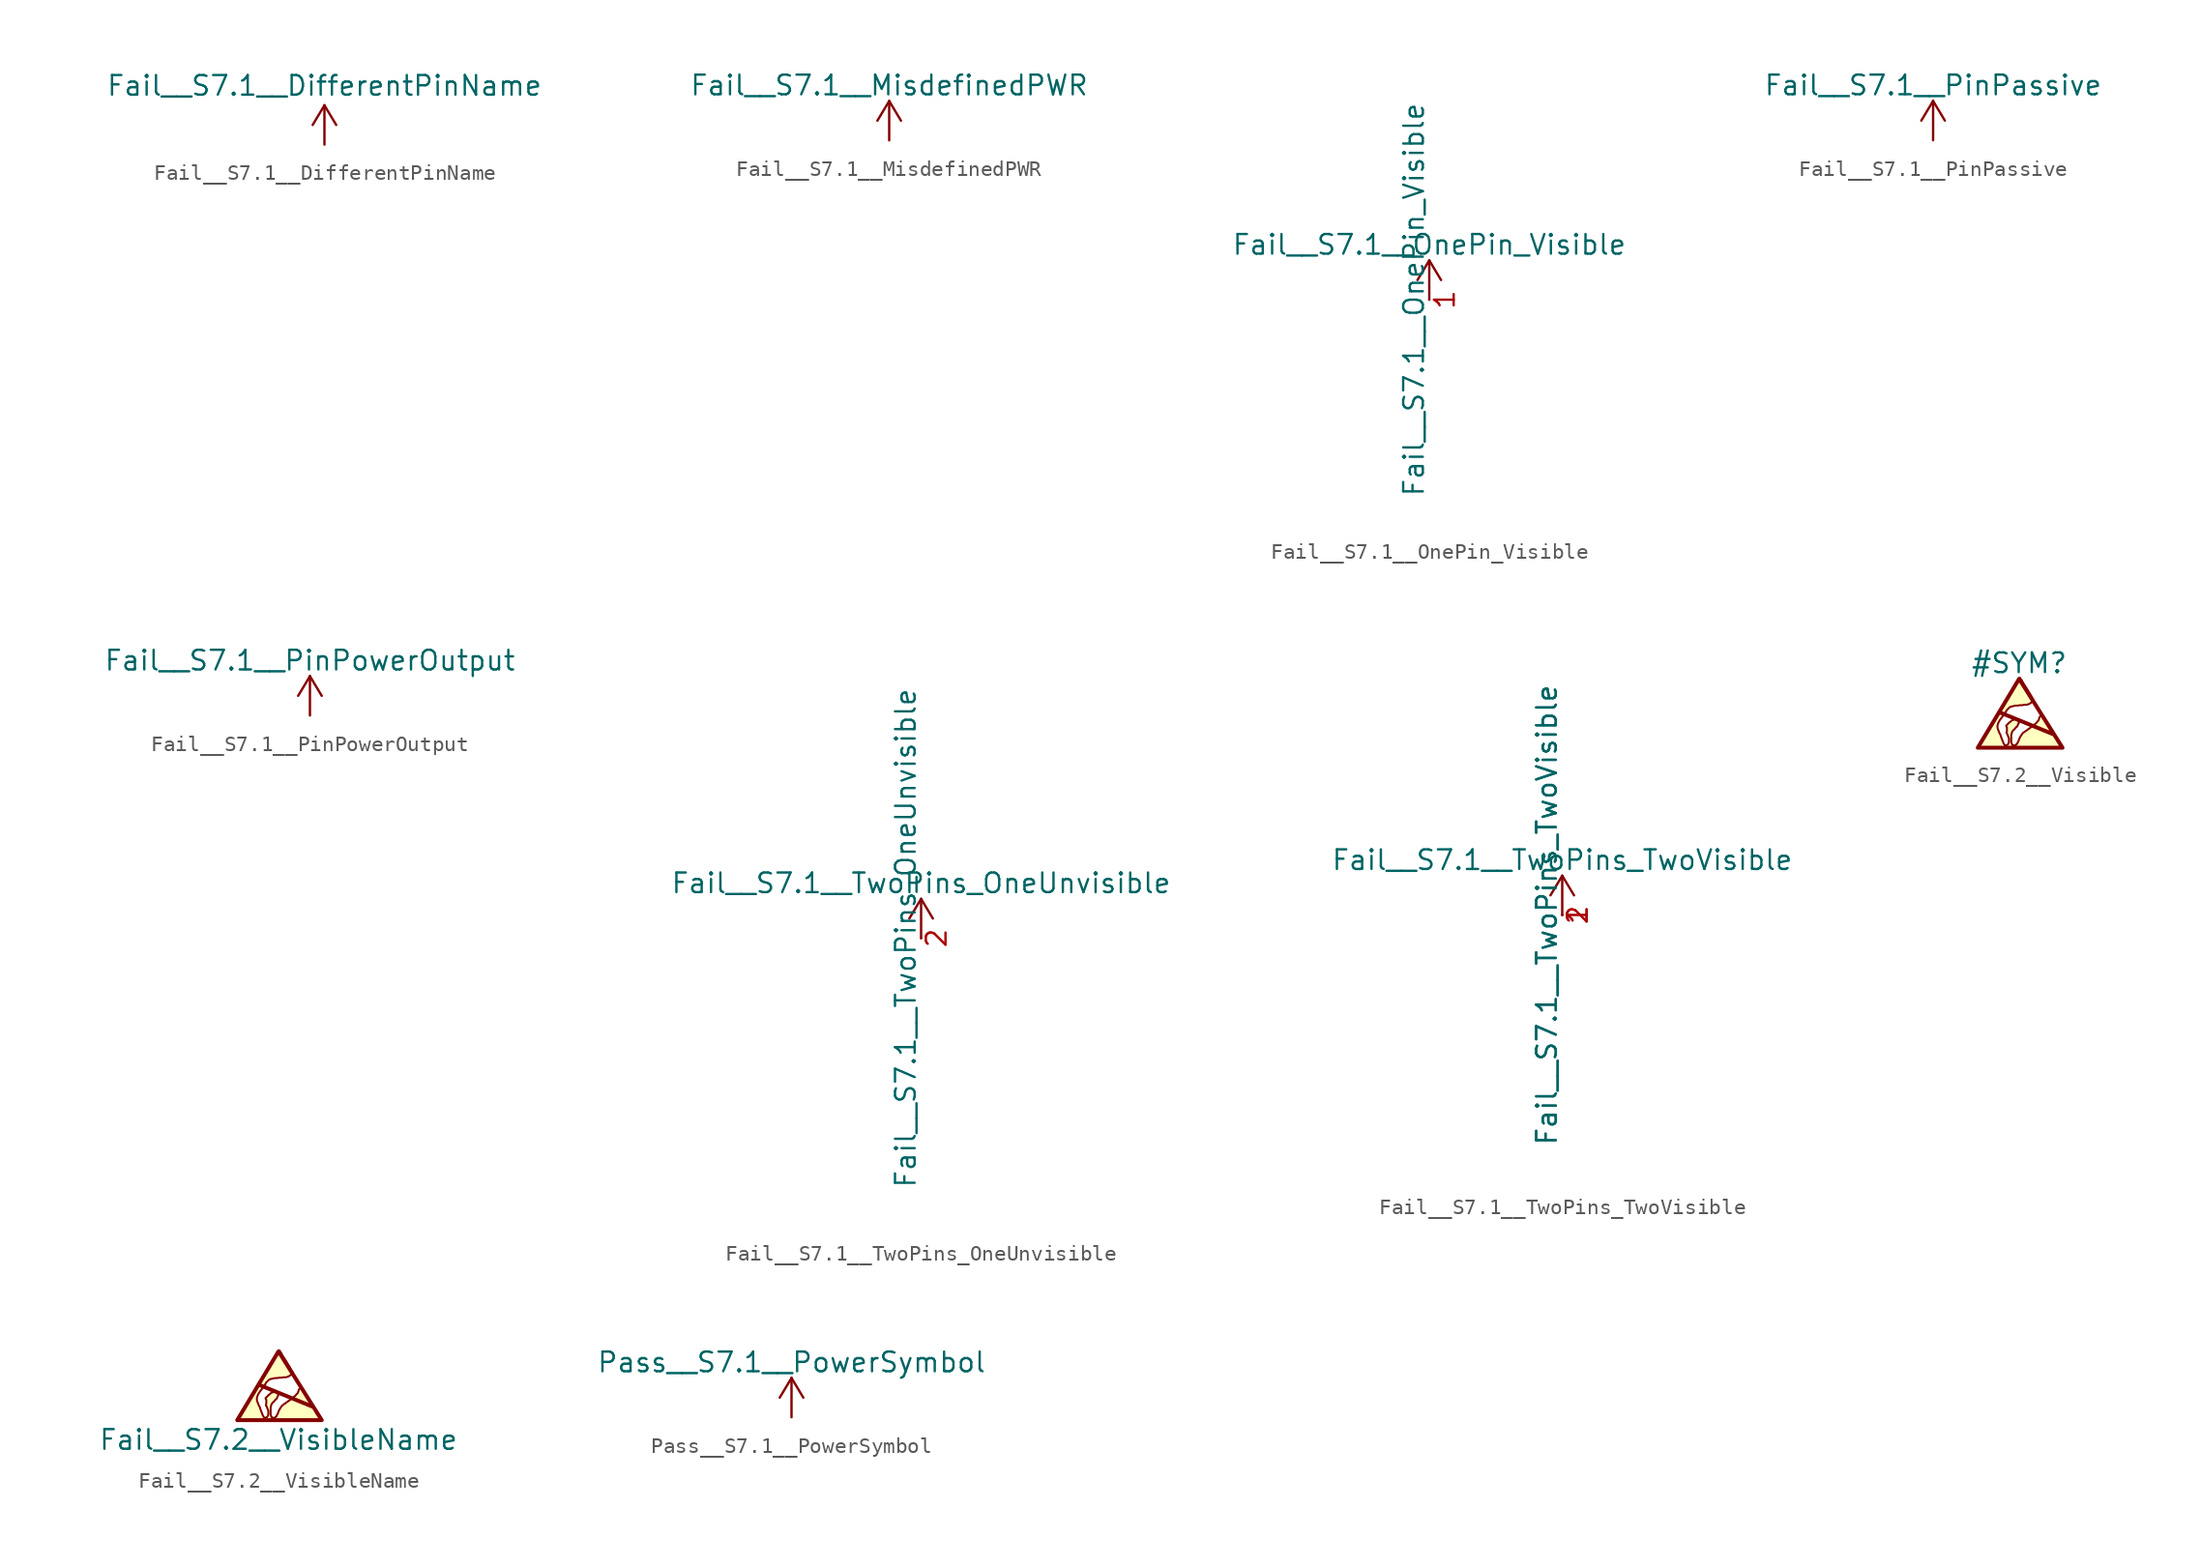
<source format=kicad_sym>
(kicad_symbol_lib
  (version 20231120)
  (generator "kicad_symbol_editor")
  (generator_version "8.0")
  (symbol "Fail__S7.1__DifferentPinName"
    (power)
    (pin_names
      (offset 0))
    (property "Reference" "#PWR"
      (at 0 -3.81 0)
      (effects (font (size 1.27 1.27)) (hide yes)))
    (property "Value" "Fail__S7.1__DifferentPinName"
      (at 0 3.81 0)
      (effects (font (size 1.27 1.27))))
    (symbol "Fail__S7.1__DifferentPinName_0_1"
      (polyline (pts (xy -0.762 1.27) (xy 0 2.54)) (stroke (width 0) (type default)) (fill (type none)))
      (polyline (pts (xy 0 0) (xy 0 2.54)) (stroke (width 0) (type default)) (fill (type none)))
      (polyline (pts (xy 0 2.54) (xy 0.762 1.27)) (stroke (width 0) (type default)) (fill (type none))))
    (symbol "Fail__S7.1__DifferentPinName_1_1"
      (pin power_in line (at 0 0 90) (length 0) hide (name "Fail__S7.1__DifferentName" (effects (font (size 1.27 1.27)))) (number "1" (effects (font (size 1.27 1.27)))))))
  (symbol "Fail__S7.1__MisdefinedPWR"
    (power)
    (pin_names
      (offset 0))
    (property "Reference" "#PWRR"
      (at 0 -3.81 0)
      (effects (font (size 1.27 1.27)) (hide yes)))
    (property "Value" "Fail__S7.1__MisdefinedPWR"
      (at 0 3.556 0)
      (effects (font (size 1.27 1.27))))
    (symbol "Fail__S7.1__MisdefinedPWR_0_1"
      (polyline (pts (xy -0.762 1.27) (xy 0 2.54)) (stroke (width 0) (type default)) (fill (type none)))
      (polyline (pts (xy 0 0) (xy 0 2.54)) (stroke (width 0) (type default)) (fill (type none)))
      (polyline (pts (xy 0 2.54) (xy 0.762 1.27)) (stroke (width 0) (type default)) (fill (type none))))
    (symbol "Fail__S7.1__MisdefinedPWR_1_1"
      (pin power_in line (at 0 0 90) (length 0) hide (name "Fail__S7.1__MisdefinedPWR" (effects (font (size 1.27 1.27)))) (number "1" (effects (font (size 1.27 1.27)))))))
  (symbol "Fail__S7.1__OnePin_Visible"
    (power)
    (pin_names
      (offset 0))
    (property "Reference" "#PWR"
      (at 0 -3.81 0)
      (effects (font (size 1.27 1.27)) (hide yes)))
    (property "Value" "Fail__S7.1__OnePin_Visible"
      (at 0 3.556 0)
      (effects (font (size 1.27 1.27))))
    (symbol "Fail__S7.1__OnePin_Visible_0_1"
      (polyline (pts (xy -0.762 1.27) (xy 0 2.54)) (stroke (width 0) (type default)) (fill (type none)))
      (polyline (pts (xy 0 0) (xy 0 2.54)) (stroke (width 0) (type default)) (fill (type none)))
      (polyline (pts (xy 0 2.54) (xy 0.762 1.27)) (stroke (width 0) (type default)) (fill (type none))))
    (symbol "Fail__S7.1__OnePin_Visible_1_1"
      (pin power_in line (at 0 0 90) (length 0) (name "Fail__S7.1__OnePin_Visible" (effects (font (size 1.27 1.27)))) (number "1" (effects (font (size 1.27 1.27)))))))
  (symbol "Fail__S7.1__PinPassive"
    (power)
    (pin_names
      (offset 0))
    (property "Reference" "#PWR"
      (at 0 -3.81 0)
      (effects (font (size 1.27 1.27)) (hide yes)))
    (property "Value" "Fail__S7.1__PinPassive"
      (at 0 3.556 0)
      (effects (font (size 1.27 1.27))))
    (symbol "Fail__S7.1__PinPassive_0_1"
      (polyline (pts (xy -0.762 1.27) (xy 0 2.54)) (stroke (width 0) (type default)) (fill (type none)))
      (polyline (pts (xy 0 0) (xy 0 2.54)) (stroke (width 0) (type default)) (fill (type none)))
      (polyline (pts (xy 0 2.54) (xy 0.762 1.27)) (stroke (width 0) (type default)) (fill (type none))))
    (symbol "Fail__S7.1__PinPassive_1_1"
      (pin passive line (at 0 0 90) (length 0) hide (name "Fail__S7.1__PinPassive" (effects (font (size 1.27 1.27)))) (number "1" (effects (font (size 1.27 1.27)))))))
  (symbol "Fail__S7.1__PinPowerOutput"
    (power)
    (pin_names
      (offset 0))
    (property "Reference" "#PWR"
      (at 0 -3.81 0)
      (effects (font (size 1.27 1.27)) (hide yes)))
    (property "Value" "Fail__S7.1__PinPowerOutput"
      (at 0 3.556 0)
      (effects (font (size 1.27 1.27))))
    (symbol "Fail__S7.1__PinPowerOutput_0_1"
      (polyline (pts (xy -0.762 1.27) (xy 0 2.54)) (stroke (width 0) (type default)) (fill (type none)))
      (polyline (pts (xy 0 0) (xy 0 2.54)) (stroke (width 0) (type default)) (fill (type none)))
      (polyline (pts (xy 0 2.54) (xy 0.762 1.27)) (stroke (width 0) (type default)) (fill (type none))))
    (symbol "Fail__S7.1__PinPowerOutput_1_1"
      (pin power_out line (at 0 0 90) (length 0) hide (name "Fail__S7.1__PinPowerOutput" (effects (font (size 1.27 1.27)))) (number "1" (effects (font (size 1.27 1.27)))))))
  (symbol "Fail__S7.1__TwoPins_OneUnvisible"
    (power)
    (pin_names
      (offset 0))
    (property "Reference" "#PWR"
      (at 0 -3.81 0)
      (effects (font (size 1.27 1.27)) (hide yes)))
    (property "Value" "Fail__S7.1__TwoPins_OneUnvisible"
      (at 0 3.556 0)
      (effects (font (size 1.27 1.27))))
    (symbol "Fail__S7.1__TwoPins_OneUnvisible_0_1"
      (polyline (pts (xy -0.762 1.27) (xy 0 2.54)) (stroke (width 0) (type default)) (fill (type none)))
      (polyline (pts (xy 0 0) (xy 0 2.54)) (stroke (width 0) (type default)) (fill (type none)))
      (polyline (pts (xy 0 2.54) (xy 0.762 1.27)) (stroke (width 0) (type default)) (fill (type none))))
    (symbol "Fail__S7.1__TwoPins_OneUnvisible_1_1"
      (pin power_in line (at 0 0 90) (length 0) hide (name "Fail__S7.1__TwoPins_OneUnvisible" (effects (font (size 1.27 1.27)))) (number "1" (effects (font (size 1.27 1.27)))))
      (pin power_in line (at 0 0 90) (length 0) (name "Fail__S7.1__TwoPins_OneUnvisible" (effects (font (size 1.27 1.27)))) (number "2" (effects (font (size 1.27 1.27)))))))
  (symbol "Fail__S7.1__TwoPins_TwoVisible"
    (power)
    (pin_names
      (offset 0))
    (property "Reference" "#PWR"
      (at 0 -3.81 0)
      (effects (font (size 1.27 1.27)) (hide yes)))
    (property "Value" "Fail__S7.1__TwoPins_TwoVisible"
      (at 0 3.556 0)
      (effects (font (size 1.27 1.27))))
    (symbol "Fail__S7.1__TwoPins_TwoVisible_0_1"
      (polyline (pts (xy -0.762 1.27) (xy 0 2.54)) (stroke (width 0) (type default)) (fill (type none)))
      (polyline (pts (xy 0 0) (xy 0 2.54)) (stroke (width 0) (type default)) (fill (type none)))
      (polyline (pts (xy 0 2.54) (xy 0.762 1.27)) (stroke (width 0) (type default)) (fill (type none))))
    (symbol "Fail__S7.1__TwoPins_TwoVisible_1_1"
      (pin power_in line (at 0 0 90) (length 0) (name "Fail__S7.1__TwoPins_TwoVisible" (effects (font (size 1.27 1.27)))) (number "1" (effects (font (size 1.27 1.27)))))
      (pin power_in line (at 0 0 90) (length 0) (name "Fail__S7.1__TwoPins_TwoVisible" (effects (font (size 1.27 1.27)))) (number "2" (effects (font (size 1.27 1.27)))))))
  (symbol "Fail__S7.2__Visible"
    (pin_names
      (offset 1.016))
    (property "Reference" "#SYM"
      (at 0 3.556 0)
      (effects (font (size 1.27 1.27))))
    (symbol "Fail__S7.2__Visible_0_0"
      (polyline (pts (xy -1.27 0.381) (xy 2.159 -1.016)) (stroke (width 0.254) (type default)) (fill (type none)))
      (polyline (pts (xy -2.667 -1.905) (xy 2.794 -1.905) (xy 0 2.54) (xy -2.667 -1.905)) (stroke (width 0.254) (type default)) (fill (type none)))
      (polyline (pts (xy 2.743 -1.905) (xy 2.718 -1.88) (xy 2.616 -1.676) (xy 2.565 -1.6) (xy 2.489 -1.499) (xy 2.438 -1.372) (xy 1.753 -0.229) (xy 1.702 -0.127) (xy 1.626 -0.051) (xy 1.6 0.051) (xy 1.549 0.102) (xy 1.499 0.203) (xy 1.473 0.229) (xy 1.473 0.203) (xy 1.448 0.203) (xy 1.321 0.076) (xy 1.295 0.025) (xy 1.295 -0.025) (xy 1.27 -0.076) (xy 1.245 -0.152) (xy 1.143 -0.254) (xy 1.092 -0.33) (xy 1.041 -0.356) (xy 0.914 -0.483) (xy 0.762 -0.584) (xy 0.66 -0.66) (xy 0.508 -0.762) (xy 0.457 -0.813) (xy 0.356 -0.864) (xy 0.305 -0.914) (xy 0.229 -0.965) (xy 0.076 -1.194) (xy 0.025 -1.295) (xy -0.025 -1.422) (xy -0.051 -1.499) (xy -0.102 -1.575) (xy -0.127 -1.651) (xy -0.178 -1.676) (xy -0.203 -1.727) (xy -0.254 -1.753) (xy -0.406 -1.753) (xy -0.406 -1.727) (xy -0.457 -1.702) (xy -0.483 -1.626) (xy -0.508 -1.524) (xy -0.508 -1.092) (xy -0.457 -0.889) (xy -0.406 -0.813) (xy -0.254 -0.66) (xy -0.203 -0.584) (xy -0.127 -0.533) (xy -0.102 -0.483) (xy -0.076 -0.406) (xy -0.051 -0.356) (xy -0.025 -0.33) (xy -0.025 -0.279) (xy 0 -0.229) (xy -0.076 -0.152) (xy -0.127 -0.127) (xy -0.152 -0.076) (xy -0.203 -0.051) (xy -0.229 -0.025) (xy -0.254 -0.025) (xy -0.305 -0.076) (xy -0.356 -0.102) (xy -0.432 -0.127) (xy -0.483 -0.152) (xy -0.559 -0.229) (xy -0.61 -0.254) (xy -0.838 -0.483) (xy -0.813 -0.559) (xy -0.787 -0.584) (xy -0.787 -0.864) (xy -0.813 -0.889) (xy -0.813 -0.965) (xy -0.762 -1.016) (xy -0.762 -1.041) (xy -0.66 -1.295) (xy -0.66 -1.575) (xy -0.686 -1.6) (xy -0.686 -1.626) (xy -0.737 -1.702) (xy -0.838 -1.753) (xy -0.914 -1.753) (xy -0.94 -1.727) (xy -0.965 -1.676) (xy -1.016 -1.6) (xy -1.041 -1.524) (xy -1.143 -1.27) (xy -1.219 -1.041) (xy -1.27 -0.965) (xy -1.295 -0.889) (xy -1.321 -0.838) (xy -1.321 -0.813) (xy -1.372 -0.711) (xy -1.397 -0.584) (xy -1.397 -0.483) (xy -1.372 -0.381) (xy -1.321 -0.254) (xy -1.295 -0.203) (xy -1.194 -0.051) (xy -1.041 0.152) (xy -0.991 0.203) (xy -0.965 0.254) (xy -0.914 0.33) (xy -0.889 0.381) (xy -0.864 0.381) (xy -0.813 0.508) (xy -0.61 0.711) (xy -0.533 0.737) (xy -0.508 0.762) (xy -0.432 0.762) (xy -0.356 0.787) (xy -0.229 0.813) (xy -0.102 0.813) (xy 0.051 0.838) (xy 0.203 0.838) (xy 0.305 0.864) (xy 0.483 0.864) (xy 0.533 0.889) (xy 0.584 0.889) (xy 0.686 0.94) (xy 0.711 0.965) (xy 0.762 0.991) (xy 0.813 1.041) (xy 0.864 1.067) (xy 0.889 1.118) (xy 0.914 1.143) (xy 0.914 1.194) (xy 0.889 1.219) (xy 0.864 1.27) (xy 0.813 1.346) (xy 0.711 1.549) (xy 0.635 1.651) (xy 0.584 1.753) (xy 0.508 1.88) (xy 0.457 1.956) (xy 0.381 2.083) (xy 0.305 2.184) (xy 0.254 2.286) (xy 0.203 2.362) (xy 0.178 2.438) (xy 0.102 2.515) (xy 0.102 2.54) (xy 0.076 2.565) (xy 0.076 2.591) (xy 0.025 2.591) (xy 0.025 2.565) (xy -0.025 2.515) (xy -0.102 2.362) (xy -0.254 2.134) (xy -0.305 2.032) (xy -0.457 1.778) (xy -0.559 1.626) (xy -0.762 1.27) (xy -0.889 1.067) (xy -1.016 0.838) (xy -1.168 0.61) (xy -1.321 0.33) (xy -1.397 0.203) (xy -1.524 -0.025) (xy -1.778 -0.432) (xy -1.88 -0.635) (xy -2.007 -0.813) (xy -2.108 -0.991) (xy -2.21 -1.143) (xy -2.286 -1.295) (xy -2.438 -1.549) (xy -2.489 -1.651) (xy -2.565 -1.753) (xy -2.591 -1.829) (xy -2.616 -1.88) (xy -2.642 -1.905) (xy -2.642 -1.93) (xy 2.743 -1.93) (xy 2.743 -1.905)) (stroke (width 0.127) (type default)) (fill (type background)))))
  (symbol "Fail__S7.2__VisibleName"
    (pin_names
      (offset 1.016))
    (property "Reference" "#SYM"
      (at 0 3.556 0)
      (effects (font (size 1.27 1.27)) (hide yes)))
    (property "Value" "Fail__S7.2__VisibleName"
      (at 0 -3.175 0)
      (effects (font (size 1.27 1.27))))
    (symbol "Fail__S7.2__VisibleName_0_0"
      (polyline (pts (xy -1.27 0.381) (xy 2.159 -1.016)) (stroke (width 0.254) (type default)) (fill (type none)))
      (polyline (pts (xy -2.667 -1.905) (xy 2.794 -1.905) (xy 0 2.54) (xy -2.667 -1.905)) (stroke (width 0.254) (type default)) (fill (type none)))
      (polyline (pts (xy 2.743 -1.905) (xy 2.718 -1.88) (xy 2.616 -1.676) (xy 2.565 -1.6) (xy 2.489 -1.499) (xy 2.438 -1.372) (xy 1.753 -0.229) (xy 1.702 -0.127) (xy 1.626 -0.051) (xy 1.6 0.051) (xy 1.549 0.102) (xy 1.499 0.203) (xy 1.473 0.229) (xy 1.473 0.203) (xy 1.448 0.203) (xy 1.321 0.076) (xy 1.295 0.025) (xy 1.295 -0.025) (xy 1.27 -0.076) (xy 1.245 -0.152) (xy 1.143 -0.254) (xy 1.092 -0.33) (xy 1.041 -0.356) (xy 0.914 -0.483) (xy 0.762 -0.584) (xy 0.66 -0.66) (xy 0.508 -0.762) (xy 0.457 -0.813) (xy 0.356 -0.864) (xy 0.305 -0.914) (xy 0.229 -0.965) (xy 0.076 -1.194) (xy 0.025 -1.295) (xy -0.025 -1.422) (xy -0.051 -1.499) (xy -0.102 -1.575) (xy -0.127 -1.651) (xy -0.178 -1.676) (xy -0.203 -1.727) (xy -0.254 -1.753) (xy -0.406 -1.753) (xy -0.406 -1.727) (xy -0.457 -1.702) (xy -0.483 -1.626) (xy -0.508 -1.524) (xy -0.508 -1.092) (xy -0.457 -0.889) (xy -0.406 -0.813) (xy -0.254 -0.66) (xy -0.203 -0.584) (xy -0.127 -0.533) (xy -0.102 -0.483) (xy -0.076 -0.406) (xy -0.051 -0.356) (xy -0.025 -0.33) (xy -0.025 -0.279) (xy 0 -0.229) (xy -0.076 -0.152) (xy -0.127 -0.127) (xy -0.152 -0.076) (xy -0.203 -0.051) (xy -0.229 -0.025) (xy -0.254 -0.025) (xy -0.305 -0.076) (xy -0.356 -0.102) (xy -0.432 -0.127) (xy -0.483 -0.152) (xy -0.559 -0.229) (xy -0.61 -0.254) (xy -0.838 -0.483) (xy -0.813 -0.559) (xy -0.787 -0.584) (xy -0.787 -0.864) (xy -0.813 -0.889) (xy -0.813 -0.965) (xy -0.762 -1.016) (xy -0.762 -1.041) (xy -0.66 -1.295) (xy -0.66 -1.575) (xy -0.686 -1.6) (xy -0.686 -1.626) (xy -0.737 -1.702) (xy -0.838 -1.753) (xy -0.914 -1.753) (xy -0.94 -1.727) (xy -0.965 -1.676) (xy -1.016 -1.6) (xy -1.041 -1.524) (xy -1.143 -1.27) (xy -1.219 -1.041) (xy -1.27 -0.965) (xy -1.295 -0.889) (xy -1.321 -0.838) (xy -1.321 -0.813) (xy -1.372 -0.711) (xy -1.397 -0.584) (xy -1.397 -0.483) (xy -1.372 -0.381) (xy -1.321 -0.254) (xy -1.295 -0.203) (xy -1.194 -0.051) (xy -1.041 0.152) (xy -0.991 0.203) (xy -0.965 0.254) (xy -0.914 0.33) (xy -0.889 0.381) (xy -0.864 0.381) (xy -0.813 0.508) (xy -0.61 0.711) (xy -0.533 0.737) (xy -0.508 0.762) (xy -0.432 0.762) (xy -0.356 0.787) (xy -0.229 0.813) (xy -0.102 0.813) (xy 0.051 0.838) (xy 0.203 0.838) (xy 0.305 0.864) (xy 0.483 0.864) (xy 0.533 0.889) (xy 0.584 0.889) (xy 0.686 0.94) (xy 0.711 0.965) (xy 0.762 0.991) (xy 0.813 1.041) (xy 0.864 1.067) (xy 0.889 1.118) (xy 0.914 1.143) (xy 0.914 1.194) (xy 0.889 1.219) (xy 0.864 1.27) (xy 0.813 1.346) (xy 0.711 1.549) (xy 0.635 1.651) (xy 0.584 1.753) (xy 0.508 1.88) (xy 0.457 1.956) (xy 0.381 2.083) (xy 0.305 2.184) (xy 0.254 2.286) (xy 0.203 2.362) (xy 0.178 2.438) (xy 0.102 2.515) (xy 0.102 2.54) (xy 0.076 2.565) (xy 0.076 2.591) (xy 0.025 2.591) (xy 0.025 2.565) (xy -0.025 2.515) (xy -0.102 2.362) (xy -0.254 2.134) (xy -0.305 2.032) (xy -0.457 1.778) (xy -0.559 1.626) (xy -0.762 1.27) (xy -0.889 1.067) (xy -1.016 0.838) (xy -1.168 0.61) (xy -1.321 0.33) (xy -1.397 0.203) (xy -1.524 -0.025) (xy -1.778 -0.432) (xy -1.88 -0.635) (xy -2.007 -0.813) (xy -2.108 -0.991) (xy -2.21 -1.143) (xy -2.286 -1.295) (xy -2.438 -1.549) (xy -2.489 -1.651) (xy -2.565 -1.753) (xy -2.591 -1.829) (xy -2.616 -1.88) (xy -2.642 -1.905) (xy -2.642 -1.93) (xy 2.743 -1.93) (xy 2.743 -1.905)) (stroke (width 0.127) (type default)) (fill (type background)))))
  (symbol "Pass__S7.1__PowerSymbol"
    (power)
    (pin_names
      (offset 0))
    (property "Reference" "#PWR"
      (at 0 -3.81 0)
      (effects (font (size 1.27 1.27)) (hide yes)))
    (property "Value" "Pass__S7.1__PowerSymbol"
      (at 0 3.556 0)
      (effects (font (size 1.27 1.27))))
    (symbol "Pass__S7.1__PowerSymbol_0_1"
      (polyline (pts (xy -0.762 1.27) (xy 0 2.54)) (stroke (width 0) (type default)) (fill (type none)))
      (polyline (pts (xy 0 0) (xy 0 2.54)) (stroke (width 0) (type default)) (fill (type none)))
      (polyline (pts (xy 0 2.54) (xy 0.762 1.27)) (stroke (width 0) (type default)) (fill (type none))))
    (symbol "Pass__S7.1__PowerSymbol_1_1"
      (pin power_in line (at 0 0 90) (length 0) hide (name "Pass__S7.1__PowerSymbol" (effects (font (size 1.27 1.27)))) (number "1" (effects (font (size 1.27 1.27))))))))
</source>
